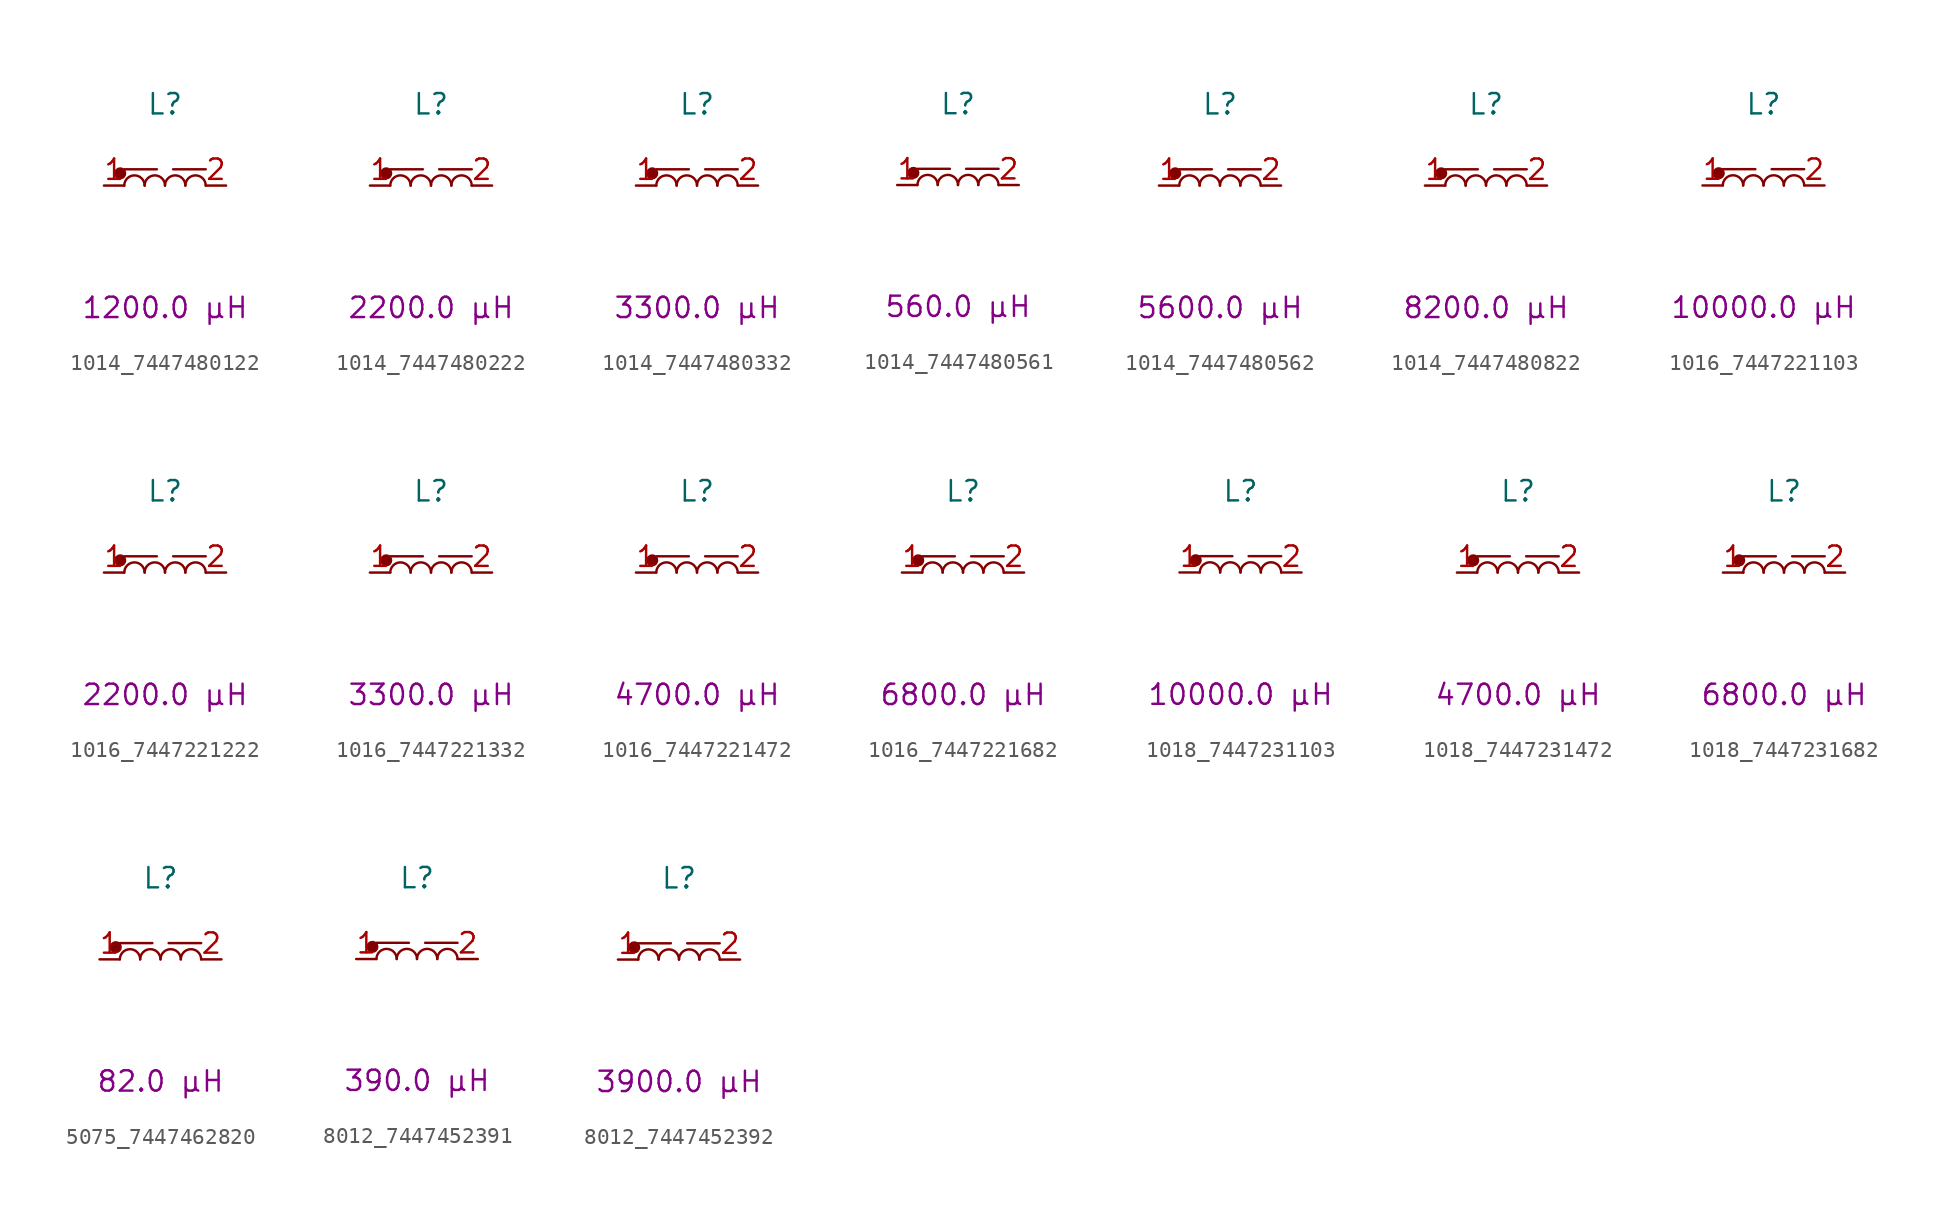
<source format=kicad_sym>
(kicad_symbol_lib
  (version 20220914)
  (generator kicad_symbol_editor)
  (symbol "1014_7447480122"
    (pin_names hide)
    (property "Reference" "L"
      (at 0 5.08 0)
      (effects (font (size 1.27 1.27))))
    (property "Critical Parameter" "1200.0 µH"
      (at 0 -7.62 0)
      (effects (font (size 1.27 1.27))))
    (symbol "1014_7447480122_0_1"
      (arc (start -1.27 0) (mid -1.905 0.6323) (end -2.54 0) (stroke (width 0) (type default)) (fill (type none)))
      (arc (start 0 0) (mid -0.635 0.6323) (end -1.27 0) (stroke (width 0) (type default)) (fill (type none)))
      (polyline (pts (xy -2.54 1.016) (xy -0.508 1.016)) (stroke (width 0) (type default)) (fill (type none)))
      (arc (start 1.27 0) (mid 0.635 0.6323) (end 0 0) (stroke (width 0) (type default)) (fill (type none)))
      (arc (start 2.54 0) (mid 1.905 0.6323) (end 1.27 0) (stroke (width 0) (type default)) (fill (type none))))
    (symbol "1014_7447480122_1_1"
      (circle (center -2.794 0.762) (radius 0.0001) (stroke (width 0.381) (type default)) (fill (type none)))
      (polyline (pts (xy 2.54 1.016) (xy 0.508 1.016)) (stroke (width 0) (type default)) (fill (type none)))
      (pin passive line (at -3.81 0 0) (length 1.27) (name "1" (effects (font (size 1.27 1.27)))) (number "1" (effects (font (size 1.27 1.27)))))
      (pin passive line (at 3.81 0 180) (length 1.27) (name "2" (effects (font (size 1.27 1.27)))) (number "2" (effects (font (size 1.27 1.27)))))))
  (symbol "1014_7447480222"
    (pin_names hide)
    (property "Reference" "L"
      (at 0 5.08 0)
      (effects (font (size 1.27 1.27))))
    (property "Critical Parameter" "2200.0 µH"
      (at 0 -7.62 0)
      (effects (font (size 1.27 1.27))))
    (symbol "1014_7447480222_0_1"
      (arc (start -1.27 0) (mid -1.905 0.6323) (end -2.54 0) (stroke (width 0) (type default)) (fill (type none)))
      (arc (start 0 0) (mid -0.635 0.6323) (end -1.27 0) (stroke (width 0) (type default)) (fill (type none)))
      (polyline (pts (xy -2.54 1.016) (xy -0.508 1.016)) (stroke (width 0) (type default)) (fill (type none)))
      (arc (start 1.27 0) (mid 0.635 0.6323) (end 0 0) (stroke (width 0) (type default)) (fill (type none)))
      (arc (start 2.54 0) (mid 1.905 0.6323) (end 1.27 0) (stroke (width 0) (type default)) (fill (type none))))
    (symbol "1014_7447480222_1_1"
      (circle (center -2.794 0.762) (radius 0.0001) (stroke (width 0.381) (type default)) (fill (type none)))
      (polyline (pts (xy 2.54 1.016) (xy 0.508 1.016)) (stroke (width 0) (type default)) (fill (type none)))
      (pin passive line (at -3.81 0 0) (length 1.27) (name "1" (effects (font (size 1.27 1.27)))) (number "1" (effects (font (size 1.27 1.27)))))
      (pin passive line (at 3.81 0 180) (length 1.27) (name "2" (effects (font (size 1.27 1.27)))) (number "2" (effects (font (size 1.27 1.27)))))))
  (symbol "1014_7447480332"
    (pin_names hide)
    (property "Reference" "L"
      (at 0 5.08 0)
      (effects (font (size 1.27 1.27))))
    (property "Critical Parameter" "3300.0 µH"
      (at 0 -7.62 0)
      (effects (font (size 1.27 1.27))))
    (symbol "1014_7447480332_0_1"
      (arc (start -1.27 0) (mid -1.905 0.6323) (end -2.54 0) (stroke (width 0) (type default)) (fill (type none)))
      (arc (start 0 0) (mid -0.635 0.6323) (end -1.27 0) (stroke (width 0) (type default)) (fill (type none)))
      (polyline (pts (xy -2.54 1.016) (xy -0.508 1.016)) (stroke (width 0) (type default)) (fill (type none)))
      (arc (start 1.27 0) (mid 0.635 0.6323) (end 0 0) (stroke (width 0) (type default)) (fill (type none)))
      (arc (start 2.54 0) (mid 1.905 0.6323) (end 1.27 0) (stroke (width 0) (type default)) (fill (type none))))
    (symbol "1014_7447480332_1_1"
      (circle (center -2.794 0.762) (radius 0.0001) (stroke (width 0.381) (type default)) (fill (type none)))
      (polyline (pts (xy 2.54 1.016) (xy 0.508 1.016)) (stroke (width 0) (type default)) (fill (type none)))
      (pin passive line (at -3.81 0 0) (length 1.27) (name "1" (effects (font (size 1.27 1.27)))) (number "1" (effects (font (size 1.27 1.27)))))
      (pin passive line (at 3.81 0 180) (length 1.27) (name "2" (effects (font (size 1.27 1.27)))) (number "2" (effects (font (size 1.27 1.27)))))))
  (symbol "1014_7447480561"
    (pin_names hide)
    (property "Reference" "L"
      (at 0 5.08 0)
      (effects (font (size 1.27 1.27))))
    (property "Critical Parameter" "560.0 µH"
      (at 0 -7.62 0)
      (effects (font (size 1.27 1.27))))
    (symbol "1014_7447480561_0_1"
      (arc (start -1.27 0) (mid -1.905 0.6323) (end -2.54 0) (stroke (width 0) (type default)) (fill (type none)))
      (arc (start 0 0) (mid -0.635 0.6323) (end -1.27 0) (stroke (width 0) (type default)) (fill (type none)))
      (polyline (pts (xy -2.54 1.016) (xy -0.508 1.016)) (stroke (width 0) (type default)) (fill (type none)))
      (arc (start 1.27 0) (mid 0.635 0.6323) (end 0 0) (stroke (width 0) (type default)) (fill (type none)))
      (arc (start 2.54 0) (mid 1.905 0.6323) (end 1.27 0) (stroke (width 0) (type default)) (fill (type none))))
    (symbol "1014_7447480561_1_1"
      (circle (center -2.794 0.762) (radius 0.0001) (stroke (width 0.381) (type default)) (fill (type none)))
      (polyline (pts (xy 2.54 1.016) (xy 0.508 1.016)) (stroke (width 0) (type default)) (fill (type none)))
      (pin passive line (at -3.81 0 0) (length 1.27) (name "1" (effects (font (size 1.27 1.27)))) (number "1" (effects (font (size 1.27 1.27)))))
      (pin passive line (at 3.81 0 180) (length 1.27) (name "2" (effects (font (size 1.27 1.27)))) (number "2" (effects (font (size 1.27 1.27)))))))
  (symbol "1014_7447480562"
    (pin_names hide)
    (property "Reference" "L"
      (at 0 5.08 0)
      (effects (font (size 1.27 1.27))))
    (property "Critical Parameter" "5600.0 µH"
      (at 0 -7.62 0)
      (effects (font (size 1.27 1.27))))
    (symbol "1014_7447480562_0_1"
      (arc (start -1.27 0) (mid -1.905 0.6323) (end -2.54 0) (stroke (width 0) (type default)) (fill (type none)))
      (arc (start 0 0) (mid -0.635 0.6323) (end -1.27 0) (stroke (width 0) (type default)) (fill (type none)))
      (polyline (pts (xy -2.54 1.016) (xy -0.508 1.016)) (stroke (width 0) (type default)) (fill (type none)))
      (arc (start 1.27 0) (mid 0.635 0.6323) (end 0 0) (stroke (width 0) (type default)) (fill (type none)))
      (arc (start 2.54 0) (mid 1.905 0.6323) (end 1.27 0) (stroke (width 0) (type default)) (fill (type none))))
    (symbol "1014_7447480562_1_1"
      (circle (center -2.794 0.762) (radius 0.0001) (stroke (width 0.381) (type default)) (fill (type none)))
      (polyline (pts (xy 2.54 1.016) (xy 0.508 1.016)) (stroke (width 0) (type default)) (fill (type none)))
      (pin passive line (at -3.81 0 0) (length 1.27) (name "1" (effects (font (size 1.27 1.27)))) (number "1" (effects (font (size 1.27 1.27)))))
      (pin passive line (at 3.81 0 180) (length 1.27) (name "2" (effects (font (size 1.27 1.27)))) (number "2" (effects (font (size 1.27 1.27)))))))
  (symbol "1014_7447480822"
    (pin_names hide)
    (property "Reference" "L"
      (at 0 5.08 0)
      (effects (font (size 1.27 1.27))))
    (property "Critical Parameter" "8200.0 µH"
      (at 0 -7.62 0)
      (effects (font (size 1.27 1.27))))
    (symbol "1014_7447480822_0_1"
      (arc (start -1.27 0) (mid -1.905 0.6323) (end -2.54 0) (stroke (width 0) (type default)) (fill (type none)))
      (arc (start 0 0) (mid -0.635 0.6323) (end -1.27 0) (stroke (width 0) (type default)) (fill (type none)))
      (polyline (pts (xy -2.54 1.016) (xy -0.508 1.016)) (stroke (width 0) (type default)) (fill (type none)))
      (arc (start 1.27 0) (mid 0.635 0.6323) (end 0 0) (stroke (width 0) (type default)) (fill (type none)))
      (arc (start 2.54 0) (mid 1.905 0.6323) (end 1.27 0) (stroke (width 0) (type default)) (fill (type none))))
    (symbol "1014_7447480822_1_1"
      (circle (center -2.794 0.762) (radius 0.0001) (stroke (width 0.381) (type default)) (fill (type none)))
      (polyline (pts (xy 2.54 1.016) (xy 0.508 1.016)) (stroke (width 0) (type default)) (fill (type none)))
      (pin passive line (at -3.81 0 0) (length 1.27) (name "1" (effects (font (size 1.27 1.27)))) (number "1" (effects (font (size 1.27 1.27)))))
      (pin passive line (at 3.81 0 180) (length 1.27) (name "2" (effects (font (size 1.27 1.27)))) (number "2" (effects (font (size 1.27 1.27)))))))
  (symbol "1016_7447221103"
    (pin_names hide)
    (property "Reference" "L"
      (at 0 5.08 0)
      (effects (font (size 1.27 1.27))))
    (property "Critical Parameter" "10000.0 µH"
      (at 0 -7.62 0)
      (effects (font (size 1.27 1.27))))
    (symbol "1016_7447221103_0_1"
      (arc (start -1.27 0) (mid -1.905 0.6323) (end -2.54 0) (stroke (width 0) (type default)) (fill (type none)))
      (arc (start 0 0) (mid -0.635 0.6323) (end -1.27 0) (stroke (width 0) (type default)) (fill (type none)))
      (polyline (pts (xy -2.54 1.016) (xy -0.508 1.016)) (stroke (width 0) (type default)) (fill (type none)))
      (arc (start 1.27 0) (mid 0.635 0.6323) (end 0 0) (stroke (width 0) (type default)) (fill (type none)))
      (arc (start 2.54 0) (mid 1.905 0.6323) (end 1.27 0) (stroke (width 0) (type default)) (fill (type none))))
    (symbol "1016_7447221103_1_1"
      (circle (center -2.794 0.762) (radius 0.0001) (stroke (width 0.381) (type default)) (fill (type none)))
      (polyline (pts (xy 2.54 1.016) (xy 0.508 1.016)) (stroke (width 0) (type default)) (fill (type none)))
      (pin passive line (at -3.81 0 0) (length 1.27) (name "1" (effects (font (size 1.27 1.27)))) (number "1" (effects (font (size 1.27 1.27)))))
      (pin passive line (at 3.81 0 180) (length 1.27) (name "2" (effects (font (size 1.27 1.27)))) (number "2" (effects (font (size 1.27 1.27)))))))
  (symbol "1016_7447221222"
    (pin_names hide)
    (property "Reference" "L"
      (at 0 5.08 0)
      (effects (font (size 1.27 1.27))))
    (property "Critical Parameter" "2200.0 µH"
      (at 0 -7.62 0)
      (effects (font (size 1.27 1.27))))
    (symbol "1016_7447221222_0_1"
      (arc (start -1.27 0) (mid -1.905 0.6323) (end -2.54 0) (stroke (width 0) (type default)) (fill (type none)))
      (arc (start 0 0) (mid -0.635 0.6323) (end -1.27 0) (stroke (width 0) (type default)) (fill (type none)))
      (polyline (pts (xy -2.54 1.016) (xy -0.508 1.016)) (stroke (width 0) (type default)) (fill (type none)))
      (arc (start 1.27 0) (mid 0.635 0.6323) (end 0 0) (stroke (width 0) (type default)) (fill (type none)))
      (arc (start 2.54 0) (mid 1.905 0.6323) (end 1.27 0) (stroke (width 0) (type default)) (fill (type none))))
    (symbol "1016_7447221222_1_1"
      (circle (center -2.794 0.762) (radius 0.0001) (stroke (width 0.381) (type default)) (fill (type none)))
      (polyline (pts (xy 2.54 1.016) (xy 0.508 1.016)) (stroke (width 0) (type default)) (fill (type none)))
      (pin passive line (at -3.81 0 0) (length 1.27) (name "1" (effects (font (size 1.27 1.27)))) (number "1" (effects (font (size 1.27 1.27)))))
      (pin passive line (at 3.81 0 180) (length 1.27) (name "2" (effects (font (size 1.27 1.27)))) (number "2" (effects (font (size 1.27 1.27)))))))
  (symbol "1016_7447221332"
    (pin_names hide)
    (property "Reference" "L"
      (at 0 5.08 0)
      (effects (font (size 1.27 1.27))))
    (property "Critical Parameter" "3300.0 µH"
      (at 0 -7.62 0)
      (effects (font (size 1.27 1.27))))
    (symbol "1016_7447221332_0_1"
      (arc (start -1.27 0) (mid -1.905 0.6323) (end -2.54 0) (stroke (width 0) (type default)) (fill (type none)))
      (arc (start 0 0) (mid -0.635 0.6323) (end -1.27 0) (stroke (width 0) (type default)) (fill (type none)))
      (polyline (pts (xy -2.54 1.016) (xy -0.508 1.016)) (stroke (width 0) (type default)) (fill (type none)))
      (arc (start 1.27 0) (mid 0.635 0.6323) (end 0 0) (stroke (width 0) (type default)) (fill (type none)))
      (arc (start 2.54 0) (mid 1.905 0.6323) (end 1.27 0) (stroke (width 0) (type default)) (fill (type none))))
    (symbol "1016_7447221332_1_1"
      (circle (center -2.794 0.762) (radius 0.0001) (stroke (width 0.381) (type default)) (fill (type none)))
      (polyline (pts (xy 2.54 1.016) (xy 0.508 1.016)) (stroke (width 0) (type default)) (fill (type none)))
      (pin passive line (at -3.81 0 0) (length 1.27) (name "1" (effects (font (size 1.27 1.27)))) (number "1" (effects (font (size 1.27 1.27)))))
      (pin passive line (at 3.81 0 180) (length 1.27) (name "2" (effects (font (size 1.27 1.27)))) (number "2" (effects (font (size 1.27 1.27)))))))
  (symbol "1016_7447221472"
    (pin_names hide)
    (property "Reference" "L"
      (at 0 5.08 0)
      (effects (font (size 1.27 1.27))))
    (property "Critical Parameter" "4700.0 µH"
      (at 0 -7.62 0)
      (effects (font (size 1.27 1.27))))
    (symbol "1016_7447221472_0_1"
      (arc (start -1.27 0) (mid -1.905 0.6323) (end -2.54 0) (stroke (width 0) (type default)) (fill (type none)))
      (arc (start 0 0) (mid -0.635 0.6323) (end -1.27 0) (stroke (width 0) (type default)) (fill (type none)))
      (polyline (pts (xy -2.54 1.016) (xy -0.508 1.016)) (stroke (width 0) (type default)) (fill (type none)))
      (arc (start 1.27 0) (mid 0.635 0.6323) (end 0 0) (stroke (width 0) (type default)) (fill (type none)))
      (arc (start 2.54 0) (mid 1.905 0.6323) (end 1.27 0) (stroke (width 0) (type default)) (fill (type none))))
    (symbol "1016_7447221472_1_1"
      (circle (center -2.794 0.762) (radius 0.0001) (stroke (width 0.381) (type default)) (fill (type none)))
      (polyline (pts (xy 2.54 1.016) (xy 0.508 1.016)) (stroke (width 0) (type default)) (fill (type none)))
      (pin passive line (at -3.81 0 0) (length 1.27) (name "1" (effects (font (size 1.27 1.27)))) (number "1" (effects (font (size 1.27 1.27)))))
      (pin passive line (at 3.81 0 180) (length 1.27) (name "2" (effects (font (size 1.27 1.27)))) (number "2" (effects (font (size 1.27 1.27)))))))
  (symbol "1016_7447221682"
    (pin_names hide)
    (property "Reference" "L"
      (at 0 5.08 0)
      (effects (font (size 1.27 1.27))))
    (property "Critical Parameter" "6800.0 µH"
      (at 0 -7.62 0)
      (effects (font (size 1.27 1.27))))
    (symbol "1016_7447221682_0_1"
      (arc (start -1.27 0) (mid -1.905 0.6323) (end -2.54 0) (stroke (width 0) (type default)) (fill (type none)))
      (arc (start 0 0) (mid -0.635 0.6323) (end -1.27 0) (stroke (width 0) (type default)) (fill (type none)))
      (polyline (pts (xy -2.54 1.016) (xy -0.508 1.016)) (stroke (width 0) (type default)) (fill (type none)))
      (arc (start 1.27 0) (mid 0.635 0.6323) (end 0 0) (stroke (width 0) (type default)) (fill (type none)))
      (arc (start 2.54 0) (mid 1.905 0.6323) (end 1.27 0) (stroke (width 0) (type default)) (fill (type none))))
    (symbol "1016_7447221682_1_1"
      (circle (center -2.794 0.762) (radius 0.0001) (stroke (width 0.381) (type default)) (fill (type none)))
      (polyline (pts (xy 2.54 1.016) (xy 0.508 1.016)) (stroke (width 0) (type default)) (fill (type none)))
      (pin passive line (at -3.81 0 0) (length 1.27) (name "1" (effects (font (size 1.27 1.27)))) (number "1" (effects (font (size 1.27 1.27)))))
      (pin passive line (at 3.81 0 180) (length 1.27) (name "2" (effects (font (size 1.27 1.27)))) (number "2" (effects (font (size 1.27 1.27)))))))
  (symbol "1018_7447231103"
    (pin_names hide)
    (property "Reference" "L"
      (at 0 5.08 0)
      (effects (font (size 1.27 1.27))))
    (property "Critical Parameter" "10000.0 µH"
      (at 0 -7.62 0)
      (effects (font (size 1.27 1.27))))
    (symbol "1018_7447231103_0_1"
      (arc (start -1.27 0) (mid -1.905 0.6323) (end -2.54 0) (stroke (width 0) (type default)) (fill (type none)))
      (arc (start 0 0) (mid -0.635 0.6323) (end -1.27 0) (stroke (width 0) (type default)) (fill (type none)))
      (polyline (pts (xy -2.54 1.016) (xy -0.508 1.016)) (stroke (width 0) (type default)) (fill (type none)))
      (arc (start 1.27 0) (mid 0.635 0.6323) (end 0 0) (stroke (width 0) (type default)) (fill (type none)))
      (arc (start 2.54 0) (mid 1.905 0.6323) (end 1.27 0) (stroke (width 0) (type default)) (fill (type none))))
    (symbol "1018_7447231103_1_1"
      (circle (center -2.794 0.762) (radius 0.0001) (stroke (width 0.381) (type default)) (fill (type none)))
      (polyline (pts (xy 2.54 1.016) (xy 0.508 1.016)) (stroke (width 0) (type default)) (fill (type none)))
      (pin passive line (at -3.81 0 0) (length 1.27) (name "1" (effects (font (size 1.27 1.27)))) (number "1" (effects (font (size 1.27 1.27)))))
      (pin passive line (at 3.81 0 180) (length 1.27) (name "2" (effects (font (size 1.27 1.27)))) (number "2" (effects (font (size 1.27 1.27)))))))
  (symbol "1018_7447231472"
    (pin_names hide)
    (property "Reference" "L"
      (at 0 5.08 0)
      (effects (font (size 1.27 1.27))))
    (property "Critical Parameter" "4700.0 µH"
      (at 0 -7.62 0)
      (effects (font (size 1.27 1.27))))
    (symbol "1018_7447231472_0_1"
      (arc (start -1.27 0) (mid -1.905 0.6323) (end -2.54 0) (stroke (width 0) (type default)) (fill (type none)))
      (arc (start 0 0) (mid -0.635 0.6323) (end -1.27 0) (stroke (width 0) (type default)) (fill (type none)))
      (polyline (pts (xy -2.54 1.016) (xy -0.508 1.016)) (stroke (width 0) (type default)) (fill (type none)))
      (arc (start 1.27 0) (mid 0.635 0.6323) (end 0 0) (stroke (width 0) (type default)) (fill (type none)))
      (arc (start 2.54 0) (mid 1.905 0.6323) (end 1.27 0) (stroke (width 0) (type default)) (fill (type none))))
    (symbol "1018_7447231472_1_1"
      (circle (center -2.794 0.762) (radius 0.0001) (stroke (width 0.381) (type default)) (fill (type none)))
      (polyline (pts (xy 2.54 1.016) (xy 0.508 1.016)) (stroke (width 0) (type default)) (fill (type none)))
      (pin passive line (at -3.81 0 0) (length 1.27) (name "1" (effects (font (size 1.27 1.27)))) (number "1" (effects (font (size 1.27 1.27)))))
      (pin passive line (at 3.81 0 180) (length 1.27) (name "2" (effects (font (size 1.27 1.27)))) (number "2" (effects (font (size 1.27 1.27)))))))
  (symbol "1018_7447231682"
    (pin_names hide)
    (property "Reference" "L"
      (at 0 5.08 0)
      (effects (font (size 1.27 1.27))))
    (property "Critical Parameter" "6800.0 µH"
      (at 0 -7.62 0)
      (effects (font (size 1.27 1.27))))
    (symbol "1018_7447231682_0_1"
      (arc (start -1.27 0) (mid -1.905 0.6323) (end -2.54 0) (stroke (width 0) (type default)) (fill (type none)))
      (arc (start 0 0) (mid -0.635 0.6323) (end -1.27 0) (stroke (width 0) (type default)) (fill (type none)))
      (polyline (pts (xy -2.54 1.016) (xy -0.508 1.016)) (stroke (width 0) (type default)) (fill (type none)))
      (arc (start 1.27 0) (mid 0.635 0.6323) (end 0 0) (stroke (width 0) (type default)) (fill (type none)))
      (arc (start 2.54 0) (mid 1.905 0.6323) (end 1.27 0) (stroke (width 0) (type default)) (fill (type none))))
    (symbol "1018_7447231682_1_1"
      (circle (center -2.794 0.762) (radius 0.0001) (stroke (width 0.381) (type default)) (fill (type none)))
      (polyline (pts (xy 2.54 1.016) (xy 0.508 1.016)) (stroke (width 0) (type default)) (fill (type none)))
      (pin passive line (at -3.81 0 0) (length 1.27) (name "1" (effects (font (size 1.27 1.27)))) (number "1" (effects (font (size 1.27 1.27)))))
      (pin passive line (at 3.81 0 180) (length 1.27) (name "2" (effects (font (size 1.27 1.27)))) (number "2" (effects (font (size 1.27 1.27)))))))
  (symbol "5075_7447462820"
    (pin_names hide)
    (property "Reference" "L"
      (at 0 5.08 0)
      (effects (font (size 1.27 1.27))))
    (property "Critical Parameter" "82.0 µH"
      (at 0 -7.62 0)
      (effects (font (size 1.27 1.27))))
    (symbol "5075_7447462820_0_1"
      (arc (start -1.27 0) (mid -1.905 0.6323) (end -2.54 0) (stroke (width 0) (type default)) (fill (type none)))
      (arc (start 0 0) (mid -0.635 0.6323) (end -1.27 0) (stroke (width 0) (type default)) (fill (type none)))
      (polyline (pts (xy -2.54 1.016) (xy -0.508 1.016)) (stroke (width 0) (type default)) (fill (type none)))
      (arc (start 1.27 0) (mid 0.635 0.6323) (end 0 0) (stroke (width 0) (type default)) (fill (type none)))
      (arc (start 2.54 0) (mid 1.905 0.6323) (end 1.27 0) (stroke (width 0) (type default)) (fill (type none))))
    (symbol "5075_7447462820_1_1"
      (circle (center -2.794 0.762) (radius 0.0001) (stroke (width 0.381) (type default)) (fill (type none)))
      (polyline (pts (xy 2.54 1.016) (xy 0.508 1.016)) (stroke (width 0) (type default)) (fill (type none)))
      (pin passive line (at -3.81 0 0) (length 1.27) (name "1" (effects (font (size 1.27 1.27)))) (number "1" (effects (font (size 1.27 1.27)))))
      (pin passive line (at 3.81 0 180) (length 1.27) (name "2" (effects (font (size 1.27 1.27)))) (number "2" (effects (font (size 1.27 1.27)))))))
  (symbol "8012_7447452391"
    (pin_names hide)
    (property "Reference" "L"
      (at 0 5.08 0)
      (effects (font (size 1.27 1.27))))
    (property "Critical Parameter" "390.0 µH"
      (at 0 -7.62 0)
      (effects (font (size 1.27 1.27))))
    (symbol "8012_7447452391_0_1"
      (arc (start -1.27 0) (mid -1.905 0.6323) (end -2.54 0) (stroke (width 0) (type default)) (fill (type none)))
      (arc (start 0 0) (mid -0.635 0.6323) (end -1.27 0) (stroke (width 0) (type default)) (fill (type none)))
      (polyline (pts (xy -2.54 1.016) (xy -0.508 1.016)) (stroke (width 0) (type default)) (fill (type none)))
      (arc (start 1.27 0) (mid 0.635 0.6323) (end 0 0) (stroke (width 0) (type default)) (fill (type none)))
      (arc (start 2.54 0) (mid 1.905 0.6323) (end 1.27 0) (stroke (width 0) (type default)) (fill (type none))))
    (symbol "8012_7447452391_1_1"
      (circle (center -2.794 0.762) (radius 0.0001) (stroke (width 0.381) (type default)) (fill (type none)))
      (polyline (pts (xy 2.54 1.016) (xy 0.508 1.016)) (stroke (width 0) (type default)) (fill (type none)))
      (pin passive line (at -3.81 0 0) (length 1.27) (name "1" (effects (font (size 1.27 1.27)))) (number "1" (effects (font (size 1.27 1.27)))))
      (pin passive line (at 3.81 0 180) (length 1.27) (name "2" (effects (font (size 1.27 1.27)))) (number "2" (effects (font (size 1.27 1.27)))))))
  (symbol "8012_7447452392"
    (pin_names hide)
    (property "Reference" "L"
      (at 0 5.08 0)
      (effects (font (size 1.27 1.27))))
    (property "Critical Parameter" "3900.0 µH"
      (at 0 -7.62 0)
      (effects (font (size 1.27 1.27))))
    (symbol "8012_7447452392_0_1"
      (arc (start -1.27 0) (mid -1.905 0.6323) (end -2.54 0) (stroke (width 0) (type default)) (fill (type none)))
      (arc (start 0 0) (mid -0.635 0.6323) (end -1.27 0) (stroke (width 0) (type default)) (fill (type none)))
      (polyline (pts (xy -2.54 1.016) (xy -0.508 1.016)) (stroke (width 0) (type default)) (fill (type none)))
      (arc (start 1.27 0) (mid 0.635 0.6323) (end 0 0) (stroke (width 0) (type default)) (fill (type none)))
      (arc (start 2.54 0) (mid 1.905 0.6323) (end 1.27 0) (stroke (width 0) (type default)) (fill (type none))))
    (symbol "8012_7447452392_1_1"
      (circle (center -2.794 0.762) (radius 0.0001) (stroke (width 0.381) (type default)) (fill (type none)))
      (polyline (pts (xy 2.54 1.016) (xy 0.508 1.016)) (stroke (width 0) (type default)) (fill (type none)))
      (pin passive line (at -3.81 0 0) (length 1.27) (name "1" (effects (font (size 1.27 1.27)))) (number "1" (effects (font (size 1.27 1.27)))))
      (pin passive line (at 3.81 0 180) (length 1.27) (name "2" (effects (font (size 1.27 1.27)))) (number "2" (effects (font (size 1.27 1.27))))))))
</source>
